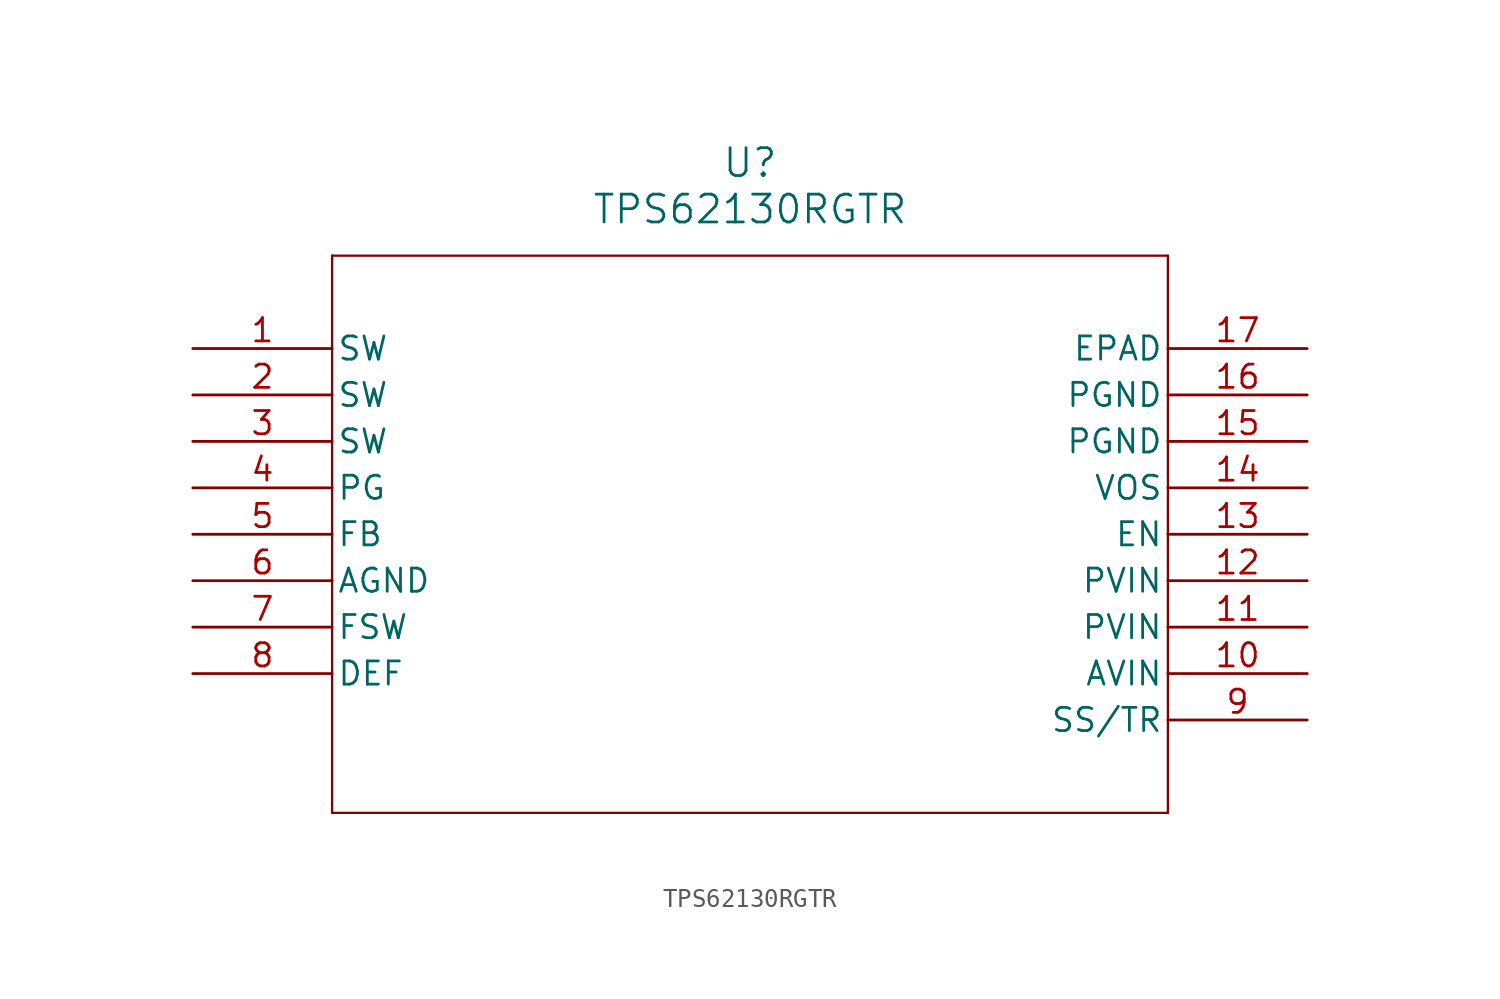
<source format=kicad_sym>
(kicad_symbol_lib
  (version 20211014)
  (generator kicad_symbol_editor)
  (symbol "TPS62130RGTR"
    (pin_names
      (offset 0.254))
    (property "Reference" "U"
      (at 30.48 10.16 0)
      (effects (font (size 1.524 1.524))))
    (property "Value" "TPS62130RGTR"
      (at 30.48 7.62 0)
      (effects (font (size 1.524 1.524))))
    (symbol "TPS62130RGTR_0_1"
      (polyline (pts (xy 7.62 5.08) (xy 7.62 -25.4)) (stroke (width 0.127) (type default) (color 0 0 0 0)) (fill (type none)))
      (polyline (pts (xy 7.62 -25.4) (xy 53.34 -25.4)) (stroke (width 0.127) (type default) (color 0 0 0 0)) (fill (type none)))
      (polyline (pts (xy 53.34 -25.4) (xy 53.34 5.08)) (stroke (width 0.127) (type default) (color 0 0 0 0)) (fill (type none)))
      (polyline (pts (xy 53.34 5.08) (xy 7.62 5.08)) (stroke (width 0.127) (type default) (color 0 0 0 0)) (fill (type none)))
      (pin output line (at 0 0 0) (length 7.62) (name "SW" (effects (font (size 1.27 1.27)))) (number "1" (effects (font (size 1.27 1.27)))))
      (pin output line (at 0 -2.54 0) (length 7.62) (name "SW" (effects (font (size 1.27 1.27)))) (number "2" (effects (font (size 1.27 1.27)))))
      (pin output line (at 0 -5.08 0) (length 7.62) (name "SW" (effects (font (size 1.27 1.27)))) (number "3" (effects (font (size 1.27 1.27)))))
      (pin output line (at 0 -7.62 0) (length 7.62) (name "PG" (effects (font (size 1.27 1.27)))) (number "4" (effects (font (size 1.27 1.27)))))
      (pin input line (at 0 -10.16 0) (length 7.62) (name "FB" (effects (font (size 1.27 1.27)))) (number "5" (effects (font (size 1.27 1.27)))))
      (pin power_in line (at 0 -12.7 0) (length 7.62) (name "AGND" (effects (font (size 1.27 1.27)))) (number "6" (effects (font (size 1.27 1.27)))))
      (pin input line (at 0 -15.24 0) (length 7.62) (name "FSW" (effects (font (size 1.27 1.27)))) (number "7" (effects (font (size 1.27 1.27)))))
      (pin input line (at 0 -17.78 0) (length 7.62) (name "DEF" (effects (font (size 1.27 1.27)))) (number "8" (effects (font (size 1.27 1.27)))))
      (pin input line (at 60.96 -20.32 180) (length 7.62) (name "SS/TR" (effects (font (size 1.27 1.27)))) (number "9" (effects (font (size 1.27 1.27)))))
      (pin input line (at 60.96 -17.78 180) (length 7.62) (name "AVIN" (effects (font (size 1.27 1.27)))) (number "10" (effects (font (size 1.27 1.27)))))
      (pin input line (at 60.96 -15.24 180) (length 7.62) (name "PVIN" (effects (font (size 1.27 1.27)))) (number "11" (effects (font (size 1.27 1.27)))))
      (pin input line (at 60.96 -12.7 180) (length 7.62) (name "PVIN" (effects (font (size 1.27 1.27)))) (number "12" (effects (font (size 1.27 1.27)))))
      (pin input line (at 60.96 -10.16 180) (length 7.62) (name "EN" (effects (font (size 1.27 1.27)))) (number "13" (effects (font (size 1.27 1.27)))))
      (pin input line (at 60.96 -7.62 180) (length 7.62) (name "VOS" (effects (font (size 1.27 1.27)))) (number "14" (effects (font (size 1.27 1.27)))))
      (pin power_in line (at 60.96 -5.08 180) (length 7.62) (name "PGND" (effects (font (size 1.27 1.27)))) (number "15" (effects (font (size 1.27 1.27)))))
      (pin power_in line (at 60.96 -2.54 180) (length 7.62) (name "PGND" (effects (font (size 1.27 1.27)))) (number "16" (effects (font (size 1.27 1.27)))))
      (pin unspecified line (at 60.96 0 180) (length 7.62) (name "EPAD" (effects (font (size 1.27 1.27)))) (number "17" (effects (font (size 1.27 1.27))))))))
</source>
